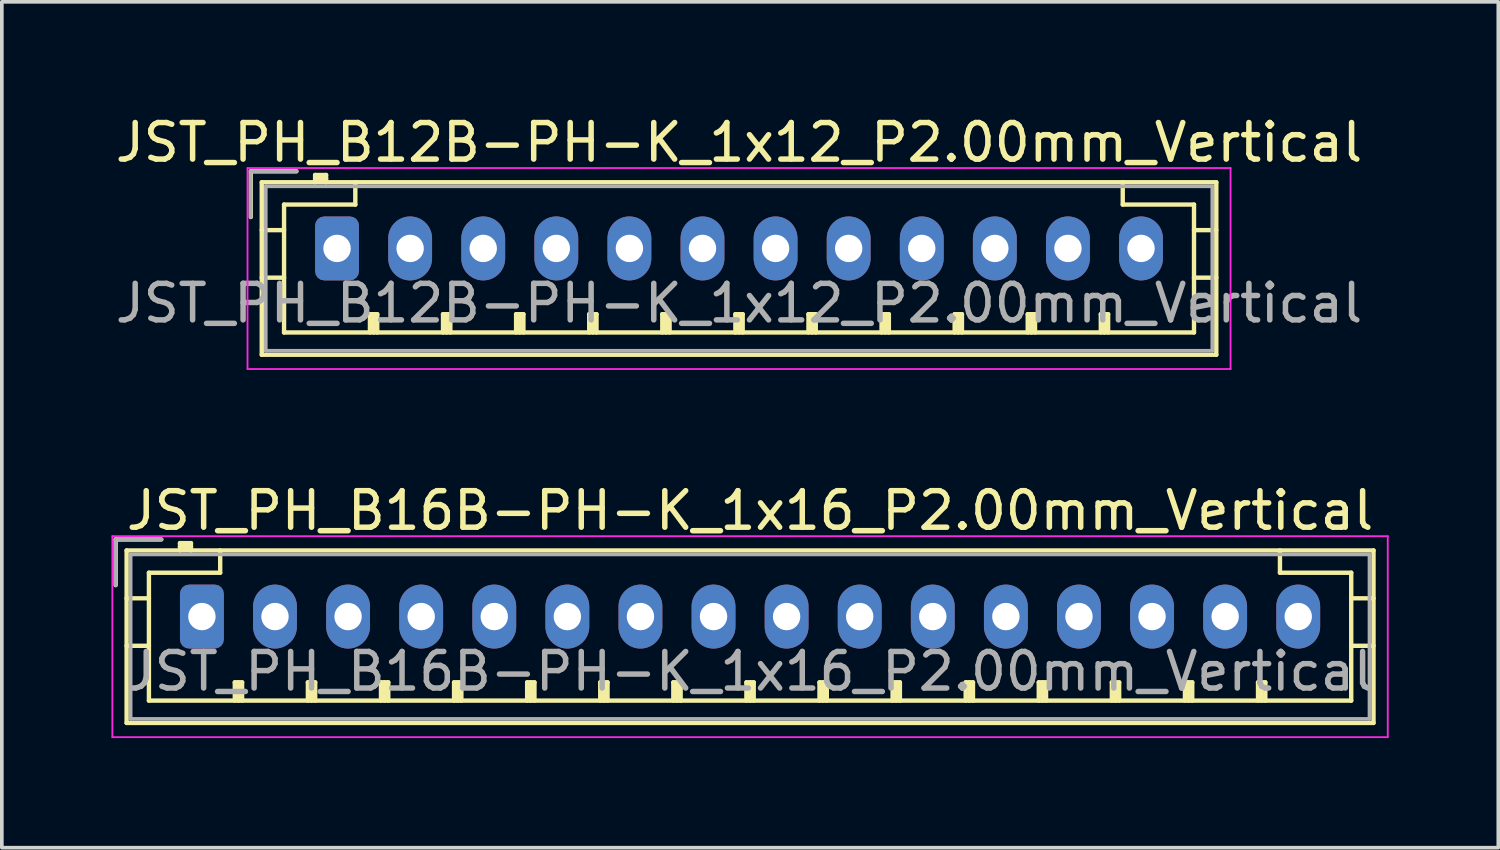
<source format=kicad_pcb>
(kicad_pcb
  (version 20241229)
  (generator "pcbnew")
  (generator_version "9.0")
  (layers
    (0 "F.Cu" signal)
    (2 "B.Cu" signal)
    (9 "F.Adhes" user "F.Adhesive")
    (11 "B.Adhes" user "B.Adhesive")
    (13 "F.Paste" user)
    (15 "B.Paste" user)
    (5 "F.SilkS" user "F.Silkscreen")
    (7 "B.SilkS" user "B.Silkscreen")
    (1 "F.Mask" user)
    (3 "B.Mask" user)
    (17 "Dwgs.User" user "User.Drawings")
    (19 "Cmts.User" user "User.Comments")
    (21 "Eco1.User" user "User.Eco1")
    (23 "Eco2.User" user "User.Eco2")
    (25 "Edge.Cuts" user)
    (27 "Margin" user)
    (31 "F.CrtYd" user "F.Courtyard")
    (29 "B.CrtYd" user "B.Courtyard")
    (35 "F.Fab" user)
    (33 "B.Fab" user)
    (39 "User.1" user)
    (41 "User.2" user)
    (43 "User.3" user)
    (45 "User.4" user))
  (footprint "JST_PH_B12B-PH-K_1x12_P2.00mm_Vertical"
    (layer "F.Cu")
    (at 6.173 3.748)
    (property "Reference" "JST_PH_B12B-PH-K_1x12_P2.00mm_Vertical" (at 11 -2.9 0) (layer "F.SilkS") (effects (font (size 1 1) (thickness 0.15))))
    (attr through_hole)
    (fp_line (start -2.36 -2.11) (end -2.36 -0.86) (stroke (width 0.12) (type solid)) (layer "F.SilkS"))
    (fp_line (start -2.06 -1.81) (end -2.06 2.91) (stroke (width 0.12) (type solid)) (layer "F.SilkS"))
    (fp_line (start -2.06 -0.5) (end -1.45 -0.5) (stroke (width 0.12) (type solid)) (layer "F.SilkS"))
    (fp_line (start -2.06 0.8) (end -1.45 0.8) (stroke (width 0.12) (type solid)) (layer "F.SilkS"))
    (fp_line (start -2.06 2.91) (end 24.06 2.91) (stroke (width 0.12) (type solid)) (layer "F.SilkS"))
    (fp_line (start -1.45 -1.2) (end -1.45 2.3) (stroke (width 0.12) (type solid)) (layer "F.SilkS"))
    (fp_line (start -1.45 2.3) (end 23.45 2.3) (stroke (width 0.12) (type solid)) (layer "F.SilkS"))
    (fp_line (start -1.11 -2.11) (end -2.36 -2.11) (stroke (width 0.12) (type solid)) (layer "F.SilkS"))
    (fp_line (start -0.6 -2.01) (end -0.6 -1.81) (stroke (width 0.12) (type solid)) (layer "F.SilkS"))
    (fp_line (start -0.3 -2.01) (end -0.6 -2.01) (stroke (width 0.12) (type solid)) (layer "F.SilkS"))
    (fp_line (start -0.3 -1.91) (end -0.6 -1.91) (stroke (width 0.12) (type solid)) (layer "F.SilkS"))
    (fp_line (start -0.3 -1.81) (end -0.3 -2.01) (stroke (width 0.12) (type solid)) (layer "F.SilkS"))
    (fp_line (start 0.5 -1.81) (end 0.5 -1.2) (stroke (width 0.12) (type solid)) (layer "F.SilkS"))
    (fp_line (start 0.5 -1.2) (end -1.45 -1.2) (stroke (width 0.12) (type solid)) (layer "F.SilkS"))
    (fp_line (start 0.9 1.8) (end 1.1 1.8) (stroke (width 0.12) (type solid)) (layer "F.SilkS"))
    (fp_line (start 0.9 2.3) (end 0.9 1.8) (stroke (width 0.12) (type solid)) (layer "F.SilkS"))
    (fp_line (start 1 2.3) (end 1 1.8) (stroke (width 0.12) (type solid)) (layer "F.SilkS"))
    (fp_line (start 1.1 1.8) (end 1.1 2.3) (stroke (width 0.12) (type solid)) (layer "F.SilkS"))
    (fp_line (start 2.9 1.8) (end 3.1 1.8) (stroke (width 0.12) (type solid)) (layer "F.SilkS"))
    (fp_line (start 2.9 2.3) (end 2.9 1.8) (stroke (width 0.12) (type solid)) (layer "F.SilkS"))
    (fp_line (start 3 2.3) (end 3 1.8) (stroke (width 0.12) (type solid)) (layer "F.SilkS"))
    (fp_line (start 3.1 1.8) (end 3.1 2.3) (stroke (width 0.12) (type solid)) (layer "F.SilkS"))
    (fp_line (start 4.9 1.8) (end 5.1 1.8) (stroke (width 0.12) (type solid)) (layer "F.SilkS"))
    (fp_line (start 4.9 2.3) (end 4.9 1.8) (stroke (width 0.12) (type solid)) (layer "F.SilkS"))
    (fp_line (start 5 2.3) (end 5 1.8) (stroke (width 0.12) (type solid)) (layer "F.SilkS"))
    (fp_line (start 5.1 1.8) (end 5.1 2.3) (stroke (width 0.12) (type solid)) (layer "F.SilkS"))
    (fp_line (start 6.9 1.8) (end 7.1 1.8) (stroke (width 0.12) (type solid)) (layer "F.SilkS"))
    (fp_line (start 6.9 2.3) (end 6.9 1.8) (stroke (width 0.12) (type solid)) (layer "F.SilkS"))
    (fp_line (start 7 2.3) (end 7 1.8) (stroke (width 0.12) (type solid)) (layer "F.SilkS"))
    (fp_line (start 7.1 1.8) (end 7.1 2.3) (stroke (width 0.12) (type solid)) (layer "F.SilkS"))
    (fp_line (start 8.9 1.8) (end 9.1 1.8) (stroke (width 0.12) (type solid)) (layer "F.SilkS"))
    (fp_line (start 8.9 2.3) (end 8.9 1.8) (stroke (width 0.12) (type solid)) (layer "F.SilkS"))
    (fp_line (start 9 2.3) (end 9 1.8) (stroke (width 0.12) (type solid)) (layer "F.SilkS"))
    (fp_line (start 9.1 1.8) (end 9.1 2.3) (stroke (width 0.12) (type solid)) (layer "F.SilkS"))
    (fp_line (start 10.9 1.8) (end 11.1 1.8) (stroke (width 0.12) (type solid)) (layer "F.SilkS"))
    (fp_line (start 10.9 2.3) (end 10.9 1.8) (stroke (width 0.12) (type solid)) (layer "F.SilkS"))
    (fp_line (start 11 2.3) (end 11 1.8) (stroke (width 0.12) (type solid)) (layer "F.SilkS"))
    (fp_line (start 11.1 1.8) (end 11.1 2.3) (stroke (width 0.12) (type solid)) (layer "F.SilkS"))
    (fp_line (start 12.9 1.8) (end 13.1 1.8) (stroke (width 0.12) (type solid)) (layer "F.SilkS"))
    (fp_line (start 12.9 2.3) (end 12.9 1.8) (stroke (width 0.12) (type solid)) (layer "F.SilkS"))
    (fp_line (start 13 2.3) (end 13 1.8) (stroke (width 0.12) (type solid)) (layer "F.SilkS"))
    (fp_line (start 13.1 1.8) (end 13.1 2.3) (stroke (width 0.12) (type solid)) (layer "F.SilkS"))
    (fp_line (start 14.9 1.8) (end 15.1 1.8) (stroke (width 0.12) (type solid)) (layer "F.SilkS"))
    (fp_line (start 14.9 2.3) (end 14.9 1.8) (stroke (width 0.12) (type solid)) (layer "F.SilkS"))
    (fp_line (start 15 2.3) (end 15 1.8) (stroke (width 0.12) (type solid)) (layer "F.SilkS"))
    (fp_line (start 15.1 1.8) (end 15.1 2.3) (stroke (width 0.12) (type solid)) (layer "F.SilkS"))
    (fp_line (start 16.9 1.8) (end 17.1 1.8) (stroke (width 0.12) (type solid)) (layer "F.SilkS"))
    (fp_line (start 16.9 2.3) (end 16.9 1.8) (stroke (width 0.12) (type solid)) (layer "F.SilkS"))
    (fp_line (start 17 2.3) (end 17 1.8) (stroke (width 0.12) (type solid)) (layer "F.SilkS"))
    (fp_line (start 17.1 1.8) (end 17.1 2.3) (stroke (width 0.12) (type solid)) (layer "F.SilkS"))
    (fp_line (start 18.9 1.8) (end 19.1 1.8) (stroke (width 0.12) (type solid)) (layer "F.SilkS"))
    (fp_line (start 18.9 2.3) (end 18.9 1.8) (stroke (width 0.12) (type solid)) (layer "F.SilkS"))
    (fp_line (start 19 2.3) (end 19 1.8) (stroke (width 0.12) (type solid)) (layer "F.SilkS"))
    (fp_line (start 19.1 1.8) (end 19.1 2.3) (stroke (width 0.12) (type solid)) (layer "F.SilkS"))
    (fp_line (start 20.9 1.8) (end 21.1 1.8) (stroke (width 0.12) (type solid)) (layer "F.SilkS"))
    (fp_line (start 20.9 2.3) (end 20.9 1.8) (stroke (width 0.12) (type solid)) (layer "F.SilkS"))
    (fp_line (start 21 2.3) (end 21 1.8) (stroke (width 0.12) (type solid)) (layer "F.SilkS"))
    (fp_line (start 21.1 1.8) (end 21.1 2.3) (stroke (width 0.12) (type solid)) (layer "F.SilkS"))
    (fp_line (start 21.5 -1.2) (end 21.5 -1.81) (stroke (width 0.12) (type solid)) (layer "F.SilkS"))
    (fp_line (start 23.45 -1.2) (end 21.5 -1.2) (stroke (width 0.12) (type solid)) (layer "F.SilkS"))
    (fp_line (start 23.45 2.3) (end 23.45 -1.2) (stroke (width 0.12) (type solid)) (layer "F.SilkS"))
    (fp_line (start 24.06 -1.81) (end -2.06 -1.81) (stroke (width 0.12) (type solid)) (layer "F.SilkS"))
    (fp_line (start 24.06 -0.5) (end 23.45 -0.5) (stroke (width 0.12) (type solid)) (layer "F.SilkS"))
    (fp_line (start 24.06 0.8) (end 23.45 0.8) (stroke (width 0.12) (type solid)) (layer "F.SilkS"))
    (fp_line (start 24.06 2.91) (end 24.06 -1.81) (stroke (width 0.12) (type solid)) (layer "F.SilkS"))
    (fp_line (start -2.45 -2.2) (end -2.45 3.3) (stroke (width 0.05) (type solid)) (layer "F.CrtYd"))
    (fp_line (start -2.45 3.3) (end 24.45 3.3) (stroke (width 0.05) (type solid)) (layer "F.CrtYd"))
    (fp_line (start 24.45 -2.2) (end -2.45 -2.2) (stroke (width 0.05) (type solid)) (layer "F.CrtYd"))
    (fp_line (start 24.45 3.3) (end 24.45 -2.2) (stroke (width 0.05) (type solid)) (layer "F.CrtYd"))
    (fp_line (start -2.36 -2.11) (end -2.36 -0.86) (stroke (width 0.1) (type solid)) (layer "F.Fab"))
    (fp_line (start -1.95 -1.7) (end -1.95 2.8) (stroke (width 0.1) (type solid)) (layer "F.Fab"))
    (fp_line (start -1.95 2.8) (end 23.95 2.8) (stroke (width 0.1) (type solid)) (layer "F.Fab"))
    (fp_line (start -1.11 -2.11) (end -2.36 -2.11) (stroke (width 0.1) (type solid)) (layer "F.Fab"))
    (fp_line (start 23.95 -1.7) (end -1.95 -1.7) (stroke (width 0.1) (type solid)) (layer "F.Fab"))
    (fp_line (start 23.95 2.8) (end 23.95 -1.7) (stroke (width 0.1) (type solid)) (layer "F.Fab"))
    (fp_text user "${REFERENCE}" (at 11 1.5 0) (layer "F.Fab") (effects (font (size 1 1) (thickness 0.15))))
    (pad "1" thru_hole roundrect (at 0 0) (size 1.2 1.75) (drill 0.75) (layers "*.Cu" "*.Mask") (roundrect_rratio 0.208))
    (pad "2" thru_hole oval (at 2 0) (size 1.2 1.75) (drill 0.75) (layers "*.Cu" "*.Mask"))
    (pad "3" thru_hole oval (at 4 0) (size 1.2 1.75) (drill 0.75) (layers "*.Cu" "*.Mask"))
    (pad "4" thru_hole oval (at 6 0) (size 1.2 1.75) (drill 0.75) (layers "*.Cu" "*.Mask"))
    (pad "5" thru_hole oval (at 8 0) (size 1.2 1.75) (drill 0.75) (layers "*.Cu" "*.Mask"))
    (pad "6" thru_hole oval (at 10 0) (size 1.2 1.75) (drill 0.75) (layers "*.Cu" "*.Mask"))
    (pad "7" thru_hole oval (at 12 0) (size 1.2 1.75) (drill 0.75) (layers "*.Cu" "*.Mask"))
    (pad "8" thru_hole oval (at 14 0) (size 1.2 1.75) (drill 0.75) (layers "*.Cu" "*.Mask"))
    (pad "9" thru_hole oval (at 16 0) (size 1.2 1.75) (drill 0.75) (layers "*.Cu" "*.Mask"))
    (pad "10" thru_hole oval (at 18 0) (size 1.2 1.75) (drill 0.75) (layers "*.Cu" "*.Mask"))
    (pad "11" thru_hole oval (at 20 0) (size 1.2 1.75) (drill 0.75) (layers "*.Cu" "*.Mask"))
    (pad "12" thru_hole oval (at 22 0) (size 1.2 1.75) (drill 0.75) (layers "*.Cu" "*.Mask")))
  (footprint "JST_PH_B16B-PH-K_1x16_P2.00mm_Vertical"
    (layer "F.Cu")
    (at 2.475 13.822)
    (property "Reference" "JST_PH_B16B-PH-K_1x16_P2.00mm_Vertical" (at 15 -2.9 0) (layer "F.SilkS") (effects (font (size 1 1) (thickness 0.15))))
    (attr through_hole)
    (fp_line (start -2.36 -2.11) (end -2.36 -0.86) (stroke (width 0.12) (type solid)) (layer "F.SilkS"))
    (fp_line (start -2.06 -1.81) (end -2.06 2.91) (stroke (width 0.12) (type solid)) (layer "F.SilkS"))
    (fp_line (start -2.06 -0.5) (end -1.45 -0.5) (stroke (width 0.12) (type solid)) (layer "F.SilkS"))
    (fp_line (start -2.06 0.8) (end -1.45 0.8) (stroke (width 0.12) (type solid)) (layer "F.SilkS"))
    (fp_line (start -2.06 2.91) (end 32.06 2.91) (stroke (width 0.12) (type solid)) (layer "F.SilkS"))
    (fp_line (start -1.45 -1.2) (end -1.45 2.3) (stroke (width 0.12) (type solid)) (layer "F.SilkS"))
    (fp_line (start -1.45 2.3) (end 31.45 2.3) (stroke (width 0.12) (type solid)) (layer "F.SilkS"))
    (fp_line (start -1.11 -2.11) (end -2.36 -2.11) (stroke (width 0.12) (type solid)) (layer "F.SilkS"))
    (fp_line (start -0.6 -2.01) (end -0.6 -1.81) (stroke (width 0.12) (type solid)) (layer "F.SilkS"))
    (fp_line (start -0.3 -2.01) (end -0.6 -2.01) (stroke (width 0.12) (type solid)) (layer "F.SilkS"))
    (fp_line (start -0.3 -1.91) (end -0.6 -1.91) (stroke (width 0.12) (type solid)) (layer "F.SilkS"))
    (fp_line (start -0.3 -1.81) (end -0.3 -2.01) (stroke (width 0.12) (type solid)) (layer "F.SilkS"))
    (fp_line (start 0.5 -1.81) (end 0.5 -1.2) (stroke (width 0.12) (type solid)) (layer "F.SilkS"))
    (fp_line (start 0.5 -1.2) (end -1.45 -1.2) (stroke (width 0.12) (type solid)) (layer "F.SilkS"))
    (fp_line (start 0.9 1.8) (end 1.1 1.8) (stroke (width 0.12) (type solid)) (layer "F.SilkS"))
    (fp_line (start 0.9 2.3) (end 0.9 1.8) (stroke (width 0.12) (type solid)) (layer "F.SilkS"))
    (fp_line (start 1 2.3) (end 1 1.8) (stroke (width 0.12) (type solid)) (layer "F.SilkS"))
    (fp_line (start 1.1 1.8) (end 1.1 2.3) (stroke (width 0.12) (type solid)) (layer "F.SilkS"))
    (fp_line (start 2.9 1.8) (end 3.1 1.8) (stroke (width 0.12) (type solid)) (layer "F.SilkS"))
    (fp_line (start 2.9 2.3) (end 2.9 1.8) (stroke (width 0.12) (type solid)) (layer "F.SilkS"))
    (fp_line (start 3 2.3) (end 3 1.8) (stroke (width 0.12) (type solid)) (layer "F.SilkS"))
    (fp_line (start 3.1 1.8) (end 3.1 2.3) (stroke (width 0.12) (type solid)) (layer "F.SilkS"))
    (fp_line (start 4.9 1.8) (end 5.1 1.8) (stroke (width 0.12) (type solid)) (layer "F.SilkS"))
    (fp_line (start 4.9 2.3) (end 4.9 1.8) (stroke (width 0.12) (type solid)) (layer "F.SilkS"))
    (fp_line (start 5 2.3) (end 5 1.8) (stroke (width 0.12) (type solid)) (layer "F.SilkS"))
    (fp_line (start 5.1 1.8) (end 5.1 2.3) (stroke (width 0.12) (type solid)) (layer "F.SilkS"))
    (fp_line (start 6.9 1.8) (end 7.1 1.8) (stroke (width 0.12) (type solid)) (layer "F.SilkS"))
    (fp_line (start 6.9 2.3) (end 6.9 1.8) (stroke (width 0.12) (type solid)) (layer "F.SilkS"))
    (fp_line (start 7 2.3) (end 7 1.8) (stroke (width 0.12) (type solid)) (layer "F.SilkS"))
    (fp_line (start 7.1 1.8) (end 7.1 2.3) (stroke (width 0.12) (type solid)) (layer "F.SilkS"))
    (fp_line (start 8.9 1.8) (end 9.1 1.8) (stroke (width 0.12) (type solid)) (layer "F.SilkS"))
    (fp_line (start 8.9 2.3) (end 8.9 1.8) (stroke (width 0.12) (type solid)) (layer "F.SilkS"))
    (fp_line (start 9 2.3) (end 9 1.8) (stroke (width 0.12) (type solid)) (layer "F.SilkS"))
    (fp_line (start 9.1 1.8) (end 9.1 2.3) (stroke (width 0.12) (type solid)) (layer "F.SilkS"))
    (fp_line (start 10.9 1.8) (end 11.1 1.8) (stroke (width 0.12) (type solid)) (layer "F.SilkS"))
    (fp_line (start 10.9 2.3) (end 10.9 1.8) (stroke (width 0.12) (type solid)) (layer "F.SilkS"))
    (fp_line (start 11 2.3) (end 11 1.8) (stroke (width 0.12) (type solid)) (layer "F.SilkS"))
    (fp_line (start 11.1 1.8) (end 11.1 2.3) (stroke (width 0.12) (type solid)) (layer "F.SilkS"))
    (fp_line (start 12.9 1.8) (end 13.1 1.8) (stroke (width 0.12) (type solid)) (layer "F.SilkS"))
    (fp_line (start 12.9 2.3) (end 12.9 1.8) (stroke (width 0.12) (type solid)) (layer "F.SilkS"))
    (fp_line (start 13 2.3) (end 13 1.8) (stroke (width 0.12) (type solid)) (layer "F.SilkS"))
    (fp_line (start 13.1 1.8) (end 13.1 2.3) (stroke (width 0.12) (type solid)) (layer "F.SilkS"))
    (fp_line (start 14.9 1.8) (end 15.1 1.8) (stroke (width 0.12) (type solid)) (layer "F.SilkS"))
    (fp_line (start 14.9 2.3) (end 14.9 1.8) (stroke (width 0.12) (type solid)) (layer "F.SilkS"))
    (fp_line (start 15 2.3) (end 15 1.8) (stroke (width 0.12) (type solid)) (layer "F.SilkS"))
    (fp_line (start 15.1 1.8) (end 15.1 2.3) (stroke (width 0.12) (type solid)) (layer "F.SilkS"))
    (fp_line (start 16.9 1.8) (end 17.1 1.8) (stroke (width 0.12) (type solid)) (layer "F.SilkS"))
    (fp_line (start 16.9 2.3) (end 16.9 1.8) (stroke (width 0.12) (type solid)) (layer "F.SilkS"))
    (fp_line (start 17 2.3) (end 17 1.8) (stroke (width 0.12) (type solid)) (layer "F.SilkS"))
    (fp_line (start 17.1 1.8) (end 17.1 2.3) (stroke (width 0.12) (type solid)) (layer "F.SilkS"))
    (fp_line (start 18.9 1.8) (end 19.1 1.8) (stroke (width 0.12) (type solid)) (layer "F.SilkS"))
    (fp_line (start 18.9 2.3) (end 18.9 1.8) (stroke (width 0.12) (type solid)) (layer "F.SilkS"))
    (fp_line (start 19 2.3) (end 19 1.8) (stroke (width 0.12) (type solid)) (layer "F.SilkS"))
    (fp_line (start 19.1 1.8) (end 19.1 2.3) (stroke (width 0.12) (type solid)) (layer "F.SilkS"))
    (fp_line (start 20.9 1.8) (end 21.1 1.8) (stroke (width 0.12) (type solid)) (layer "F.SilkS"))
    (fp_line (start 20.9 2.3) (end 20.9 1.8) (stroke (width 0.12) (type solid)) (layer "F.SilkS"))
    (fp_line (start 21 2.3) (end 21 1.8) (stroke (width 0.12) (type solid)) (layer "F.SilkS"))
    (fp_line (start 21.1 1.8) (end 21.1 2.3) (stroke (width 0.12) (type solid)) (layer "F.SilkS"))
    (fp_line (start 22.9 1.8) (end 23.1 1.8) (stroke (width 0.12) (type solid)) (layer "F.SilkS"))
    (fp_line (start 22.9 2.3) (end 22.9 1.8) (stroke (width 0.12) (type solid)) (layer "F.SilkS"))
    (fp_line (start 23 2.3) (end 23 1.8) (stroke (width 0.12) (type solid)) (layer "F.SilkS"))
    (fp_line (start 23.1 1.8) (end 23.1 2.3) (stroke (width 0.12) (type solid)) (layer "F.SilkS"))
    (fp_line (start 24.9 1.8) (end 25.1 1.8) (stroke (width 0.12) (type solid)) (layer "F.SilkS"))
    (fp_line (start 24.9 2.3) (end 24.9 1.8) (stroke (width 0.12) (type solid)) (layer "F.SilkS"))
    (fp_line (start 25 2.3) (end 25 1.8) (stroke (width 0.12) (type solid)) (layer "F.SilkS"))
    (fp_line (start 25.1 1.8) (end 25.1 2.3) (stroke (width 0.12) (type solid)) (layer "F.SilkS"))
    (fp_line (start 26.9 1.8) (end 27.1 1.8) (stroke (width 0.12) (type solid)) (layer "F.SilkS"))
    (fp_line (start 26.9 2.3) (end 26.9 1.8) (stroke (width 0.12) (type solid)) (layer "F.SilkS"))
    (fp_line (start 27 2.3) (end 27 1.8) (stroke (width 0.12) (type solid)) (layer "F.SilkS"))
    (fp_line (start 27.1 1.8) (end 27.1 2.3) (stroke (width 0.12) (type solid)) (layer "F.SilkS"))
    (fp_line (start 28.9 1.8) (end 29.1 1.8) (stroke (width 0.12) (type solid)) (layer "F.SilkS"))
    (fp_line (start 28.9 2.3) (end 28.9 1.8) (stroke (width 0.12) (type solid)) (layer "F.SilkS"))
    (fp_line (start 29 2.3) (end 29 1.8) (stroke (width 0.12) (type solid)) (layer "F.SilkS"))
    (fp_line (start 29.1 1.8) (end 29.1 2.3) (stroke (width 0.12) (type solid)) (layer "F.SilkS"))
    (fp_line (start 29.5 -1.2) (end 29.5 -1.81) (stroke (width 0.12) (type solid)) (layer "F.SilkS"))
    (fp_line (start 31.45 -1.2) (end 29.5 -1.2) (stroke (width 0.12) (type solid)) (layer "F.SilkS"))
    (fp_line (start 31.45 2.3) (end 31.45 -1.2) (stroke (width 0.12) (type solid)) (layer "F.SilkS"))
    (fp_line (start 32.06 -1.81) (end -2.06 -1.81) (stroke (width 0.12) (type solid)) (layer "F.SilkS"))
    (fp_line (start 32.06 -0.5) (end 31.45 -0.5) (stroke (width 0.12) (type solid)) (layer "F.SilkS"))
    (fp_line (start 32.06 0.8) (end 31.45 0.8) (stroke (width 0.12) (type solid)) (layer "F.SilkS"))
    (fp_line (start 32.06 2.91) (end 32.06 -1.81) (stroke (width 0.12) (type solid)) (layer "F.SilkS"))
    (fp_line (start -2.45 -2.2) (end -2.45 3.3) (stroke (width 0.05) (type solid)) (layer "F.CrtYd"))
    (fp_line (start -2.45 3.3) (end 32.45 3.3) (stroke (width 0.05) (type solid)) (layer "F.CrtYd"))
    (fp_line (start 32.45 -2.2) (end -2.45 -2.2) (stroke (width 0.05) (type solid)) (layer "F.CrtYd"))
    (fp_line (start 32.45 3.3) (end 32.45 -2.2) (stroke (width 0.05) (type solid)) (layer "F.CrtYd"))
    (fp_line (start -2.36 -2.11) (end -2.36 -0.86) (stroke (width 0.1) (type solid)) (layer "F.Fab"))
    (fp_line (start -1.95 -1.7) (end -1.95 2.8) (stroke (width 0.1) (type solid)) (layer "F.Fab"))
    (fp_line (start -1.95 2.8) (end 31.95 2.8) (stroke (width 0.1) (type solid)) (layer "F.Fab"))
    (fp_line (start -1.11 -2.11) (end -2.36 -2.11) (stroke (width 0.1) (type solid)) (layer "F.Fab"))
    (fp_line (start 31.95 -1.7) (end -1.95 -1.7) (stroke (width 0.1) (type solid)) (layer "F.Fab"))
    (fp_line (start 31.95 2.8) (end 31.95 -1.7) (stroke (width 0.1) (type solid)) (layer "F.Fab"))
    (fp_text user "${REFERENCE}" (at 15 1.5 0) (layer "F.Fab") (effects (font (size 1 1) (thickness 0.15))))
    (pad "1" thru_hole roundrect (at 0 0) (size 1.2 1.75) (drill 0.75) (layers "*.Cu" "*.Mask") (roundrect_rratio 0.208))
    (pad "2" thru_hole oval (at 2 0) (size 1.2 1.75) (drill 0.75) (layers "*.Cu" "*.Mask"))
    (pad "3" thru_hole oval (at 4 0) (size 1.2 1.75) (drill 0.75) (layers "*.Cu" "*.Mask"))
    (pad "4" thru_hole oval (at 6 0) (size 1.2 1.75) (drill 0.75) (layers "*.Cu" "*.Mask"))
    (pad "5" thru_hole oval (at 8 0) (size 1.2 1.75) (drill 0.75) (layers "*.Cu" "*.Mask"))
    (pad "6" thru_hole oval (at 10 0) (size 1.2 1.75) (drill 0.75) (layers "*.Cu" "*.Mask"))
    (pad "7" thru_hole oval (at 12 0) (size 1.2 1.75) (drill 0.75) (layers "*.Cu" "*.Mask"))
    (pad "8" thru_hole oval (at 14 0) (size 1.2 1.75) (drill 0.75) (layers "*.Cu" "*.Mask"))
    (pad "9" thru_hole oval (at 16 0) (size 1.2 1.75) (drill 0.75) (layers "*.Cu" "*.Mask"))
    (pad "10" thru_hole oval (at 18 0) (size 1.2 1.75) (drill 0.75) (layers "*.Cu" "*.Mask"))
    (pad "11" thru_hole oval (at 20 0) (size 1.2 1.75) (drill 0.75) (layers "*.Cu" "*.Mask"))
    (pad "12" thru_hole oval (at 22 0) (size 1.2 1.75) (drill 0.75) (layers "*.Cu" "*.Mask"))
    (pad "13" thru_hole oval (at 24 0) (size 1.2 1.75) (drill 0.75) (layers "*.Cu" "*.Mask"))
    (pad "14" thru_hole oval (at 26 0) (size 1.2 1.75) (drill 0.75) (layers "*.Cu" "*.Mask"))
    (pad "15" thru_hole oval (at 28 0) (size 1.2 1.75) (drill 0.75) (layers "*.Cu" "*.Mask"))
    (pad "16" thru_hole oval (at 30 0) (size 1.2 1.75) (drill 0.75) (layers "*.Cu" "*.Mask")))
  (gr_rect
    (start -3 -3)
    (end 37.95 20.146)
    (stroke (width 0.1) (type default))
    (fill no)
    (layer "Edge.Cuts")))
</source>
